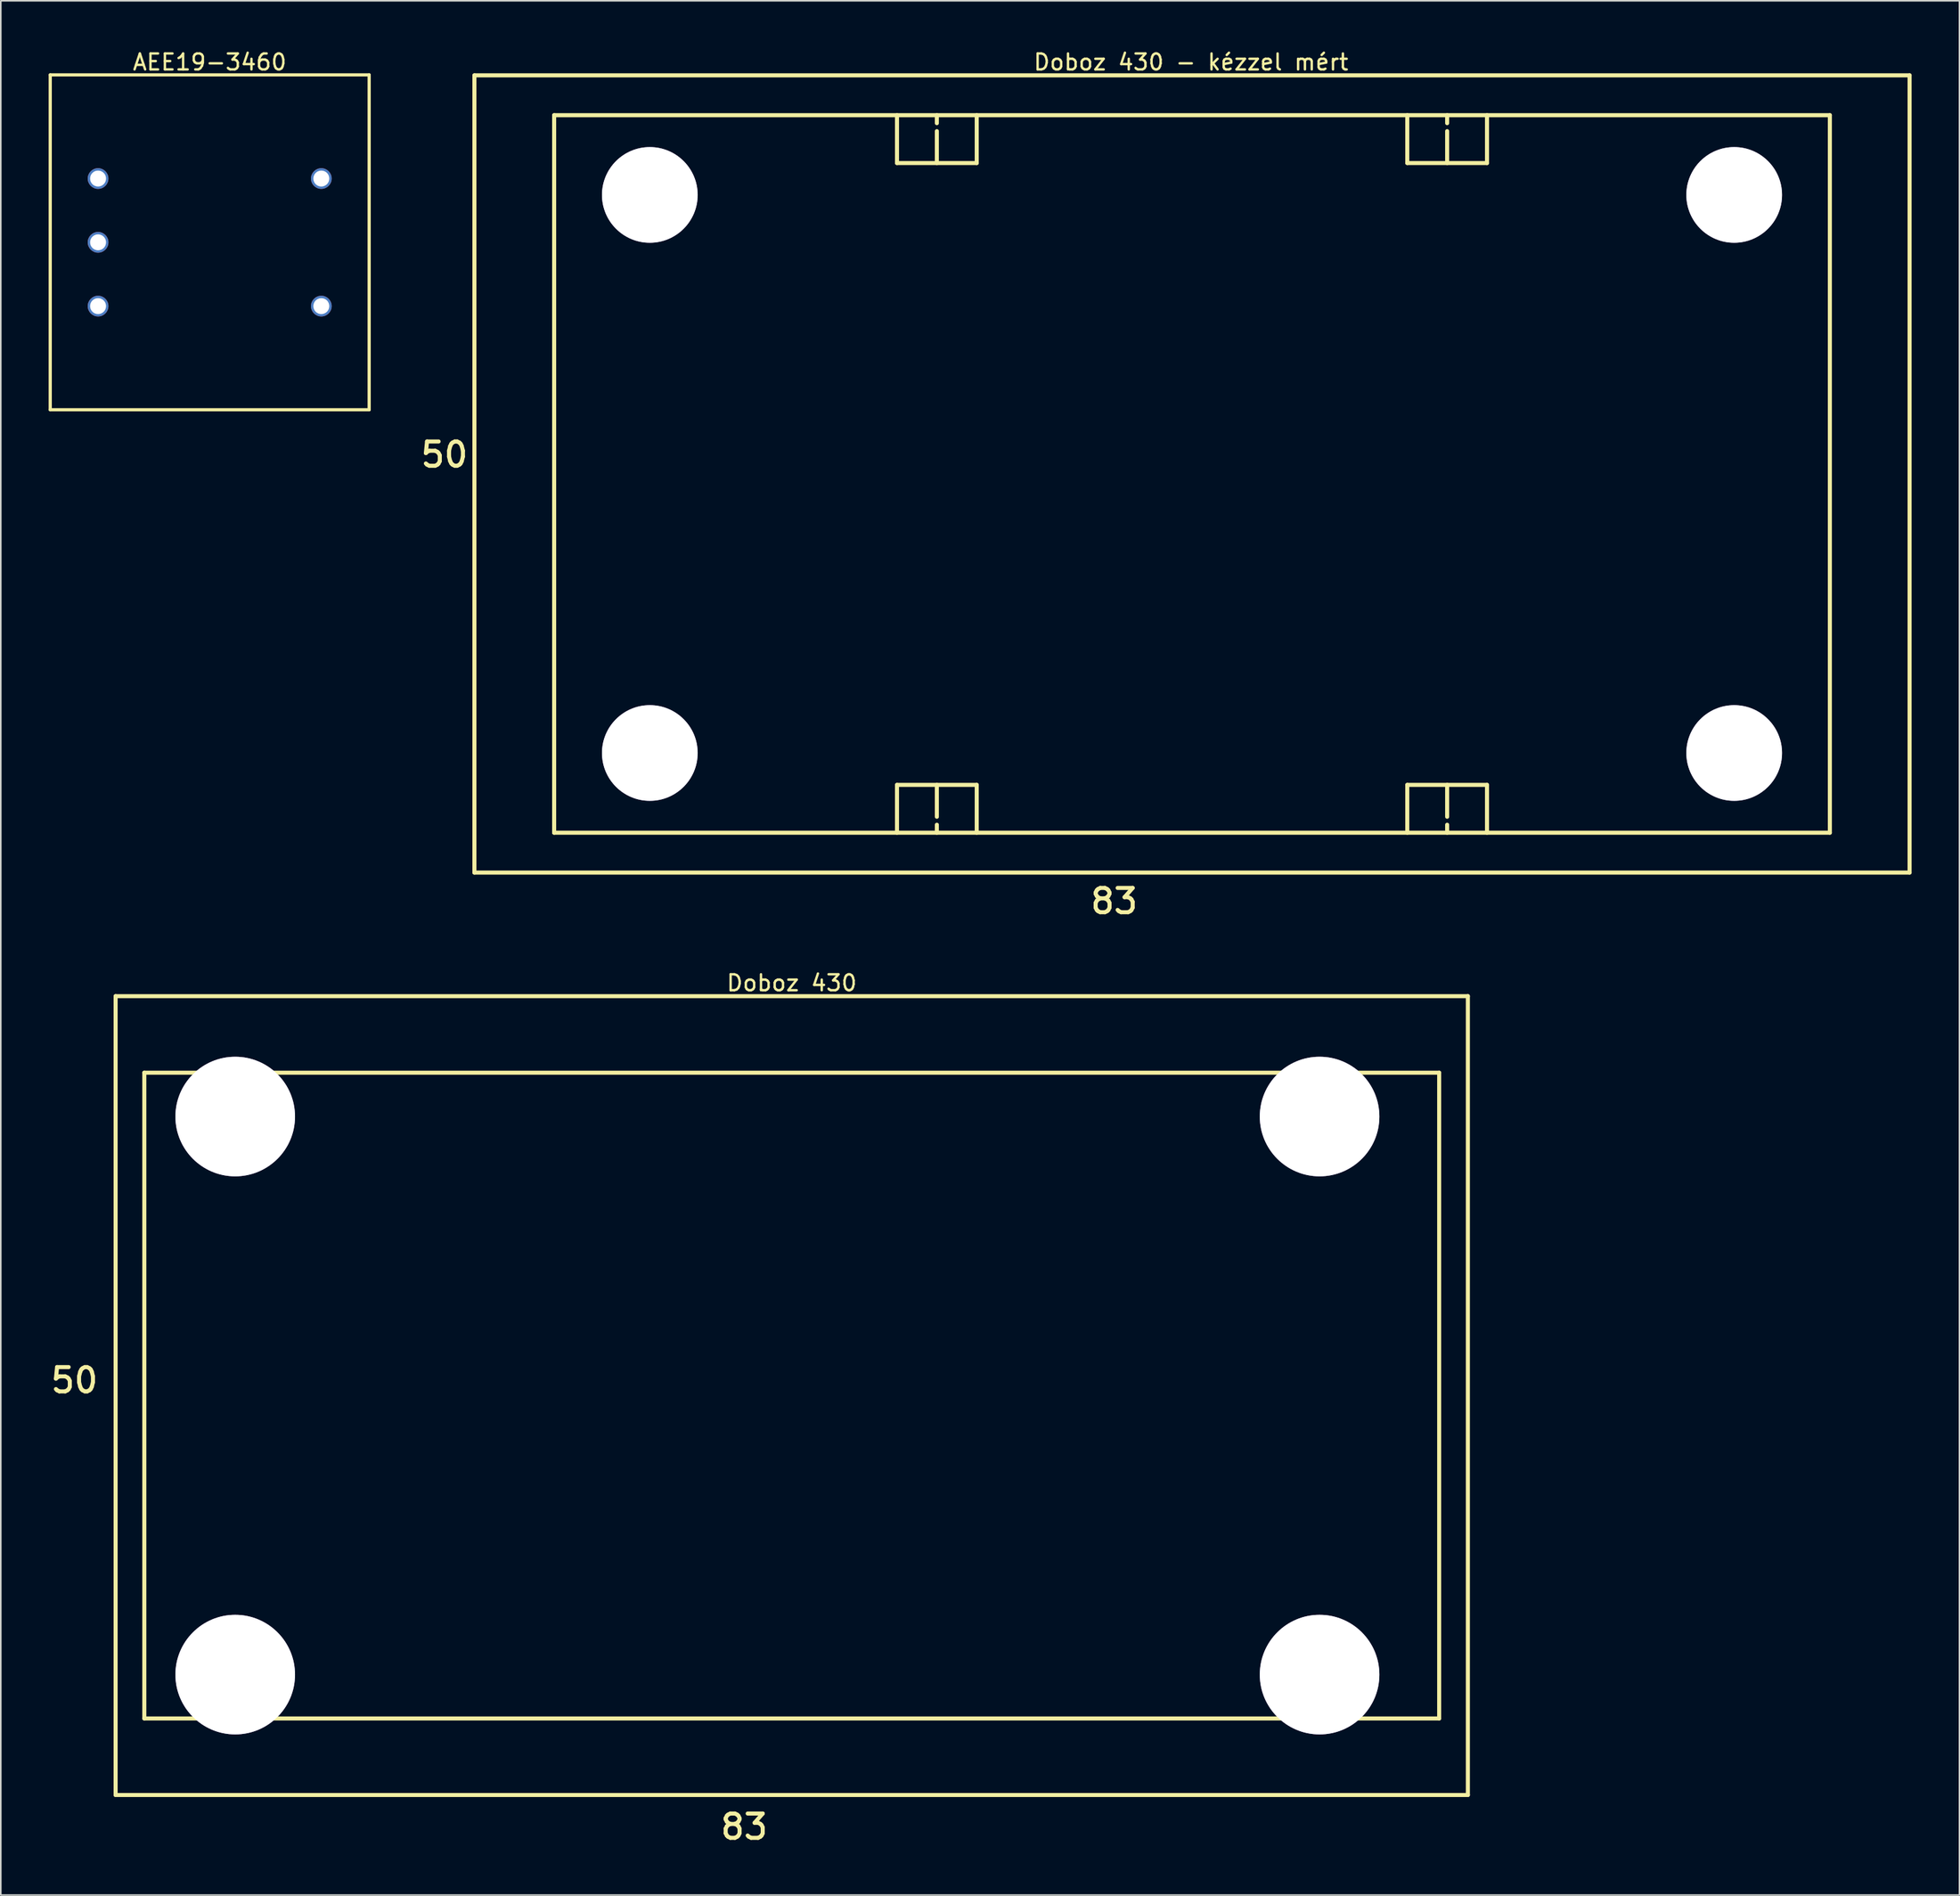
<source format=kicad_pcb>
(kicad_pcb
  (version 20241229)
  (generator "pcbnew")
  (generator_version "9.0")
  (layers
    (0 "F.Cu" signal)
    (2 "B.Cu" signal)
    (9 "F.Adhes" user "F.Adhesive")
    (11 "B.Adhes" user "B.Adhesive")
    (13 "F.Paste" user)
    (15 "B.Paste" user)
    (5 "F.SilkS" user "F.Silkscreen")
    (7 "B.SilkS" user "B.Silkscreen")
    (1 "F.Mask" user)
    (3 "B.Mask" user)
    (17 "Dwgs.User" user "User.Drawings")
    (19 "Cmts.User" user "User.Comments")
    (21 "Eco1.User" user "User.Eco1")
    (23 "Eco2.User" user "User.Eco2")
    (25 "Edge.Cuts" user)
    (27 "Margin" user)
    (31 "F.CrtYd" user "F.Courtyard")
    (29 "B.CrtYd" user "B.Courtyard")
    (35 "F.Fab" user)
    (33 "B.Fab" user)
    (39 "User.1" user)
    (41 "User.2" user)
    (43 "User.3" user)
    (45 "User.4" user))
  (footprint "Doboz 430 - kézzel mért"
    (layer "F.Cu")
    (at 26.7 51.675)
    (property "Reference" "Doboz 430 - kézzel mért" (at 44.938 -50.827 0) (layer "F.SilkS") (effects (font (size 1 1) (thickness 0.15))))
    (fp_line (start 0 -50) (end 90 -50) (stroke (width 0.254) (type solid)) (layer "F.SilkS"))
    (fp_line (start 0 0) (end 0 -50) (stroke (width 0.254) (type solid)) (layer "F.SilkS"))
    (fp_line (start 0 0) (end 90 0) (stroke (width 0.254) (type solid)) (layer "F.SilkS"))
    (fp_line (start 5 -47.5) (end 85 -47.5) (stroke (width 0.254) (type solid)) (layer "F.SilkS"))
    (fp_line (start 5 -2.5) (end 5 -47.5) (stroke (width 0.254) (type solid)) (layer "F.SilkS"))
    (fp_line (start 5 -2.5) (end 85 -2.5) (stroke (width 0.254) (type solid)) (layer "F.SilkS"))
    (fp_line (start 26.5 -44.5) (end 26.5 -47.5) (stroke (width 0.254) (type solid)) (layer "F.SilkS"))
    (fp_line (start 26.5 -44.5) (end 31.5 -44.5) (stroke (width 0.254) (type solid)) (layer "F.SilkS"))
    (fp_line (start 26.5 -5.5) (end 31.5 -5.5) (stroke (width 0.254) (type solid)) (layer "F.SilkS"))
    (fp_line (start 26.5 -2.5) (end 26.5 -5.5) (stroke (width 0.254) (type solid)) (layer "F.SilkS"))
    (fp_line (start 29 -47) (end 29 -47.5) (stroke (width 0.254) (type solid)) (layer "F.SilkS"))
    (fp_line (start 29 -44.5) (end 29 -46.5) (stroke (width 0.254) (type solid)) (layer "F.SilkS"))
    (fp_line (start 29 -3.5) (end 29 -5.5) (stroke (width 0.254) (type solid)) (layer "F.SilkS"))
    (fp_line (start 29 -2.5) (end 29 -3) (stroke (width 0.254) (type solid)) (layer "F.SilkS"))
    (fp_line (start 31.5 -44.5) (end 31.5 -47.5) (stroke (width 0.254) (type solid)) (layer "F.SilkS"))
    (fp_line (start 31.5 -2.5) (end 31.5 -5.5) (stroke (width 0.254) (type solid)) (layer "F.SilkS"))
    (fp_line (start 58.5 -44.5) (end 58.5 -47.5) (stroke (width 0.254) (type solid)) (layer "F.SilkS"))
    (fp_line (start 58.5 -44.5) (end 63.5 -44.5) (stroke (width 0.254) (type solid)) (layer "F.SilkS"))
    (fp_line (start 58.5 -5.5) (end 63.5 -5.5) (stroke (width 0.254) (type solid)) (layer "F.SilkS"))
    (fp_line (start 58.5 -2.5) (end 58.5 -5.5) (stroke (width 0.254) (type solid)) (layer "F.SilkS"))
    (fp_line (start 61 -47) (end 61 -47.5) (stroke (width 0.254) (type solid)) (layer "F.SilkS"))
    (fp_line (start 61 -44.5) (end 61 -46.5) (stroke (width 0.254) (type solid)) (layer "F.SilkS"))
    (fp_line (start 61 -3.5) (end 61 -5.5) (stroke (width 0.254) (type solid)) (layer "F.SilkS"))
    (fp_line (start 61 -2.5) (end 61 -3) (stroke (width 0.254) (type solid)) (layer "F.SilkS"))
    (fp_line (start 63.5 -44.5) (end 63.5 -47.5) (stroke (width 0.254) (type solid)) (layer "F.SilkS"))
    (fp_line (start 63.5 -2.5) (end 63.5 -5.5) (stroke (width 0.254) (type solid)) (layer "F.SilkS"))
    (fp_line (start 85 -2.5) (end 85 -47.5) (stroke (width 0.254) (type solid)) (layer "F.SilkS"))
    (fp_line (start 90 0) (end 90 -50) (stroke (width 0.254) (type solid)) (layer "F.SilkS"))
    (fp_text user "83" (at 38.5 2.687 0) (unlocked yes) (layer "F.SilkS") (effects (font (size 1.524 1.524) (thickness 0.254)) (justify left bottom)))
    (fp_text user "50" (at -3.5 -25.313 0) (unlocked yes) (layer "F.SilkS") (effects (font (size 1.524 1.524) (thickness 0.254)) (justify left bottom)))
    (pad "" thru_hole circle (at 11 -42.5) (size 6 6) (drill 6) (layers "*.Cu" "*.Mask"))
    (pad "" thru_hole circle (at 11 -7.5) (size 6 6) (drill 6) (layers "*.Cu" "*.Mask"))
    (pad "" thru_hole circle (at 79 -42.5) (size 6 6) (drill 6) (layers "*.Cu" "*.Mask"))
    (pad "" thru_hole circle (at 79 -7.5) (size 6 6) (drill 6) (layers "*.Cu" "*.Mask")))
  (footprint "Doboz 430"
    (layer "F.Cu")
    (at 6 104.726)
    (property "Reference" "Doboz 430" (at 40.6 -46.127 0) (layer "F.SilkS") (effects (font (size 1 1) (thickness 0.15))))
    (fp_line (start -1.8 -45.3) (end 83 -45.3) (stroke (width 0.254) (type solid)) (layer "F.SilkS"))
    (fp_line (start -1.8 4.8) (end -1.8 -45.3) (stroke (width 0.254) (type solid)) (layer "F.SilkS"))
    (fp_line (start -1.8 4.8) (end 83 4.8) (stroke (width 0.254) (type solid)) (layer "F.SilkS"))
    (fp_line (start 0 -40.5) (end 81.2 -40.5) (stroke (width 0.254) (type solid)) (layer "F.SilkS"))
    (fp_line (start 0 0) (end 0 -40.5) (stroke (width 0.254) (type solid)) (layer "F.SilkS"))
    (fp_line (start 0 0) (end 81.2 0) (stroke (width 0.254) (type solid)) (layer "F.SilkS"))
    (fp_line (start 81.2 0) (end 81.2 -40.5) (stroke (width 0.254) (type solid)) (layer "F.SilkS"))
    (fp_line (start 83 4.8) (end 83 -45.3) (stroke (width 0.254) (type solid)) (layer "F.SilkS"))
    (fp_text user "50" (at -6 -20.313 0) (unlocked yes) (layer "F.SilkS") (effects (font (size 1.524 1.524) (thickness 0.254)) (justify left bottom)))
    (fp_text user "83" (at 36 7.687 0) (unlocked yes) (layer "F.SilkS") (effects (font (size 1.524 1.524) (thickness 0.254)) (justify left bottom)))
    (pad "" thru_hole circle (at 5.7 -37.75) (size 7.5 7.5) (drill 7.5) (layers "*.Cu" "*.Mask"))
    (pad "" thru_hole circle (at 5.7 -2.75) (size 7.5 7.5) (drill 7.5) (layers "*.Cu" "*.Mask"))
    (pad "" thru_hole circle (at 73.7 -37.75) (size 7.5 7.5) (drill 7.5) (layers "*.Cu" "*.Mask"))
    (pad "" thru_hole circle (at 73.7 -2.75) (size 7.5 7.5) (drill 7.5) (layers "*.Cu" "*.Mask"))
    (zone (net_name "") (layers "F.Cu" "B.Cu") (hatch edge 0.5) (connect_pads) (min_thickness 0.25) (filled_areas_thickness no) (keepout (tracks allowed) (vias allowed) (pads allowed) (copperpour allowed) (footprints allowed)) (placement (enabled no)) (fill) (polygon (pts (xy 5.875 70.701) (xy 5.894 70.655) (xy 5.929 70.62) (xy 5.975 70.601) (xy 6.025 70.601) (xy 6.071 70.62) (xy 6.106 70.655) (xy 6.125 70.701) (xy 6.127 70.726) (xy 6.127 98.226) (xy 6.125 98.251) (xy 6.106 98.296) (xy 6.071 98.331) (xy 6.025 98.35) (xy 5.975 98.35) (xy 5.929 98.331) (xy 5.894 98.296) (xy 5.875 98.251) (xy 5.873 98.226) (xy 5.873 70.726))))
    (zone (net_name "") (layers "F.Cu" "B.Cu") (hatch edge 0.5) (connect_pads) (min_thickness 0.25) (filled_areas_thickness no) (keepout (tracks allowed) (vias allowed) (pads allowed) (copperpour allowed) (footprints allowed)) (placement (enabled no)) (fill) (polygon (pts (xy 15.375 64.201) (xy 15.394 64.155) (xy 15.429 64.12) (xy 15.475 64.101) (xy 15.525 64.101) (xy 15.571 64.12) (xy 15.606 64.155) (xy 15.625 64.201) (xy 15.627 64.226) (xy 15.627 70.726) (xy 15.625 70.751) (xy 15.606 70.796) (xy 15.571 70.831) (xy 15.525 70.85) (xy 15.475 70.85) (xy 15.429 70.831) (xy 15.394 70.796) (xy 15.375 70.751) (xy 15.373 70.726) (xy 15.373 64.226))))
    (zone (net_name "") (layers "F.Cu" "B.Cu") (hatch edge 0.5) (connect_pads) (min_thickness 0.25) (filled_areas_thickness no) (keepout (tracks allowed) (vias allowed) (pads allowed) (copperpour allowed) (footprints allowed)) (placement (enabled no)) (fill) (polygon (pts (xy 15.525 70.601) (xy 15.571 70.62) (xy 15.606 70.655) (xy 15.625 70.701) (xy 15.625 70.751) (xy 15.606 70.796) (xy 15.571 70.831) (xy 15.525 70.85) (xy 15.5 70.853) (xy 6 70.853) (xy 5.975 70.85) (xy 5.929 70.831) (xy 5.894 70.796) (xy 5.875 70.751) (xy 5.875 70.701) (xy 5.894 70.655) (xy 5.929 70.62) (xy 5.975 70.601) (xy 6 70.599) (xy 15.5 70.599))))
    (zone (net_name "") (layers "F.Cu" "B.Cu") (hatch edge 0.5) (connect_pads) (min_thickness 0.25) (filled_areas_thickness no) (keepout (tracks allowed) (vias allowed) (pads allowed) (copperpour allowed) (footprints allowed)) (placement (enabled no)) (fill) (polygon (pts (xy 15.875 98.201) (xy 15.894 98.155) (xy 15.929 98.12) (xy 15.975 98.101) (xy 16.025 98.101) (xy 16.071 98.12) (xy 16.106 98.155) (xy 16.125 98.201) (xy 16.127 98.226) (xy 16.127 104.726) (xy 16.125 104.751) (xy 16.106 104.796) (xy 16.071 104.831) (xy 16.025 104.85) (xy 15.975 104.85) (xy 15.929 104.831) (xy 15.894 104.796) (xy 15.875 104.751) (xy 15.873 104.726) (xy 15.873 98.226))))
    (zone (net_name "") (layers "F.Cu" "B.Cu") (hatch edge 0.5) (connect_pads) (min_thickness 0.25) (filled_areas_thickness no) (keepout (tracks allowed) (vias allowed) (pads allowed) (copperpour allowed) (footprints allowed)) (placement (enabled no)) (fill) (polygon (pts (xy 16.025 98.101) (xy 16.071 98.12) (xy 16.106 98.155) (xy 16.125 98.201) (xy 16.125 98.251) (xy 16.106 98.296) (xy 16.071 98.331) (xy 16.025 98.35) (xy 16 98.353) (xy 6 98.353) (xy 5.975 98.35) (xy 5.929 98.331) (xy 5.894 98.296) (xy 5.875 98.251) (xy 5.875 98.201) (xy 5.894 98.155) (xy 5.929 98.12) (xy 5.975 98.101) (xy 6 98.099) (xy 16 98.099))))
    (zone (net_name "") (layers "F.Cu" "B.Cu") (hatch edge 0.5) (connect_pads) (min_thickness 0.25) (filled_areas_thickness no) (keepout (tracks allowed) (vias allowed) (pads allowed) (copperpour allowed) (footprints allowed)) (placement (enabled no)) (fill) (polygon (pts (xy 75.875 64.201) (xy 75.894 64.155) (xy 75.929 64.12) (xy 75.975 64.101) (xy 76.025 64.101) (xy 76.071 64.12) (xy 76.106 64.155) (xy 76.125 64.201) (xy 76.127 64.226) (xy 76.127 70.726) (xy 76.125 70.751) (xy 76.106 70.796) (xy 76.071 70.831) (xy 76.025 70.85) (xy 75.975 70.85) (xy 75.929 70.831) (xy 75.894 70.796) (xy 75.875 70.751) (xy 75.873 70.726) (xy 75.873 64.226))))
    (zone (net_name "") (layers "F.Cu" "B.Cu") (hatch edge 0.5) (connect_pads) (min_thickness 0.25) (filled_areas_thickness no) (keepout (tracks allowed) (vias allowed) (pads allowed) (copperpour allowed) (footprints allowed)) (placement (enabled no)) (fill) (polygon (pts (xy 75.875 98.201) (xy 75.894 98.155) (xy 75.929 98.12) (xy 75.975 98.101) (xy 76.025 98.101) (xy 76.071 98.12) (xy 76.106 98.155) (xy 76.125 98.201) (xy 76.127 98.226) (xy 76.127 104.726) (xy 76.125 104.751) (xy 76.106 104.796) (xy 76.071 104.831) (xy 76.025 104.85) (xy 75.975 104.85) (xy 75.929 104.831) (xy 75.894 104.796) (xy 75.875 104.751) (xy 75.873 104.726) (xy 75.873 98.226))))
    (zone (net_name "") (layers "F.Cu" "B.Cu") (hatch edge 0.5) (connect_pads) (min_thickness 0.25) (filled_areas_thickness no) (keepout (tracks allowed) (vias allowed) (pads allowed) (copperpour allowed) (footprints allowed)) (placement (enabled no)) (fill) (polygon (pts (xy 76.025 64.101) (xy 76.071 64.12) (xy 76.106 64.155) (xy 76.125 64.201) (xy 76.125 64.251) (xy 76.106 64.296) (xy 76.071 64.331) (xy 76.025 64.35) (xy 76 64.353) (xy 15.5 64.353) (xy 15.475 64.35) (xy 15.429 64.331) (xy 15.394 64.296) (xy 15.375 64.251) (xy 15.375 64.201) (xy 15.394 64.155) (xy 15.429 64.12) (xy 15.475 64.101) (xy 15.5 64.099) (xy 76 64.099))))
    (zone (net_name "") (layers "F.Cu" "B.Cu") (hatch edge 0.5) (connect_pads) (min_thickness 0.25) (filled_areas_thickness no) (keepout (tracks allowed) (vias allowed) (pads allowed) (copperpour allowed) (footprints allowed)) (placement (enabled no)) (fill) (polygon (pts (xy 76.025 104.601) (xy 76.071 104.62) (xy 76.106 104.655) (xy 76.125 104.701) (xy 76.125 104.751) (xy 76.106 104.796) (xy 76.071 104.831) (xy 76.025 104.85) (xy 76 104.853) (xy 16 104.853) (xy 15.975 104.85) (xy 15.929 104.831) (xy 15.894 104.796) (xy 15.875 104.751) (xy 15.875 104.701) (xy 15.894 104.655) (xy 15.929 104.62) (xy 15.975 104.601) (xy 16 104.599) (xy 76 104.599))))
    (zone (net_name "") (layers "F.Cu" "B.Cu") (hatch edge 0.5) (connect_pads) (min_thickness 0.25) (filled_areas_thickness no) (keepout (tracks allowed) (vias allowed) (pads allowed) (copperpour allowed) (footprints allowed)) (placement (enabled no)) (fill) (polygon (pts (xy 86.875 70.701) (xy 86.894 70.655) (xy 86.929 70.62) (xy 86.975 70.601) (xy 87.025 70.601) (xy 87.071 70.62) (xy 87.106 70.655) (xy 87.125 70.701) (xy 87.127 70.726) (xy 87.127 98.226) (xy 87.125 98.251) (xy 87.106 98.296) (xy 87.071 98.331) (xy 87.025 98.35) (xy 86.975 98.35) (xy 86.929 98.331) (xy 86.894 98.296) (xy 86.875 98.251) (xy 86.873 98.226) (xy 86.873 70.726))))
    (zone (net_name "") (layers "F.Cu" "B.Cu") (hatch edge 0.5) (connect_pads) (min_thickness 0.25) (filled_areas_thickness no) (keepout (tracks allowed) (vias allowed) (pads allowed) (copperpour allowed) (footprints allowed)) (placement (enabled no)) (fill) (polygon (pts (xy 87.025 70.601) (xy 87.071 70.62) (xy 87.106 70.655) (xy 87.125 70.701) (xy 87.125 70.751) (xy 87.106 70.796) (xy 87.071 70.831) (xy 87.025 70.85) (xy 87 70.853) (xy 76 70.853) (xy 75.975 70.85) (xy 75.929 70.831) (xy 75.894 70.796) (xy 75.875 70.751) (xy 75.875 70.701) (xy 75.894 70.655) (xy 75.929 70.62) (xy 75.975 70.601) (xy 76 70.599) (xy 87 70.599))))
    (zone (net_name "") (layers "F.Cu" "B.Cu") (hatch edge 0.5) (connect_pads) (min_thickness 0.25) (filled_areas_thickness no) (keepout (tracks allowed) (vias allowed) (pads allowed) (copperpour allowed) (footprints allowed)) (placement (enabled no)) (fill) (polygon (pts (xy 87.025 98.101) (xy 87.071 98.12) (xy 87.106 98.155) (xy 87.125 98.201) (xy 87.125 98.251) (xy 87.106 98.296) (xy 87.071 98.331) (xy 87.025 98.35) (xy 87 98.353) (xy 76 98.353) (xy 75.975 98.35) (xy 75.929 98.331) (xy 75.894 98.296) (xy 75.875 98.251) (xy 75.875 98.201) (xy 75.894 98.155) (xy 75.929 98.12) (xy 75.975 98.101) (xy 76 98.099) (xy 87 98.099)))))
  (footprint "AEE19-3460"
    (layer "F.Cu")
    (at 10.1 12.148)
    (property "Reference" "AEE19-3460" (at 0 -11.3 0) (layer "F.SilkS") (effects (font (size 1 1) (thickness 0.15))))
    (fp_line (start -10 -10.5) (end 10 -10.5) (stroke (width 0.2) (type solid)) (layer "F.SilkS"))
    (fp_line (start -10 10.5) (end -10 -10.5) (stroke (width 0.2) (type solid)) (layer "F.SilkS"))
    (fp_line (start -10 10.5) (end 10 10.5) (stroke (width 0.2) (type solid)) (layer "F.SilkS"))
    (fp_line (start 10 10.5) (end 10 -10.5) (stroke (width 0.2) (type solid)) (layer "F.SilkS"))
    (pad "1" thru_hole circle (at -7 -4 90) (size 1.3 1.3) (drill 1) (layers "*.Cu" "*.Mask"))
    (pad "2" thru_hole circle (at -7 0 90) (size 1.3 1.3) (drill 1) (layers "*.Cu" "*.Mask"))
    (pad "3" thru_hole circle (at -7 4 90) (size 1.3 1.3) (drill 1) (layers "*.Cu" "*.Mask"))
    (pad "4" thru_hole circle (at 7 4 90) (size 1.3 1.3) (drill 1) (layers "*.Cu" "*.Mask"))
    (pad "6" thru_hole circle (at 7 -4 90) (size 1.3 1.3) (drill 1) (layers "*.Cu" "*.Mask")))
  (gr_rect
    (start -3 -3)
    (end 119.827 115.801)
    (stroke (width 0.1) (type default))
    (fill no)
    (layer "Edge.Cuts")))
</source>
